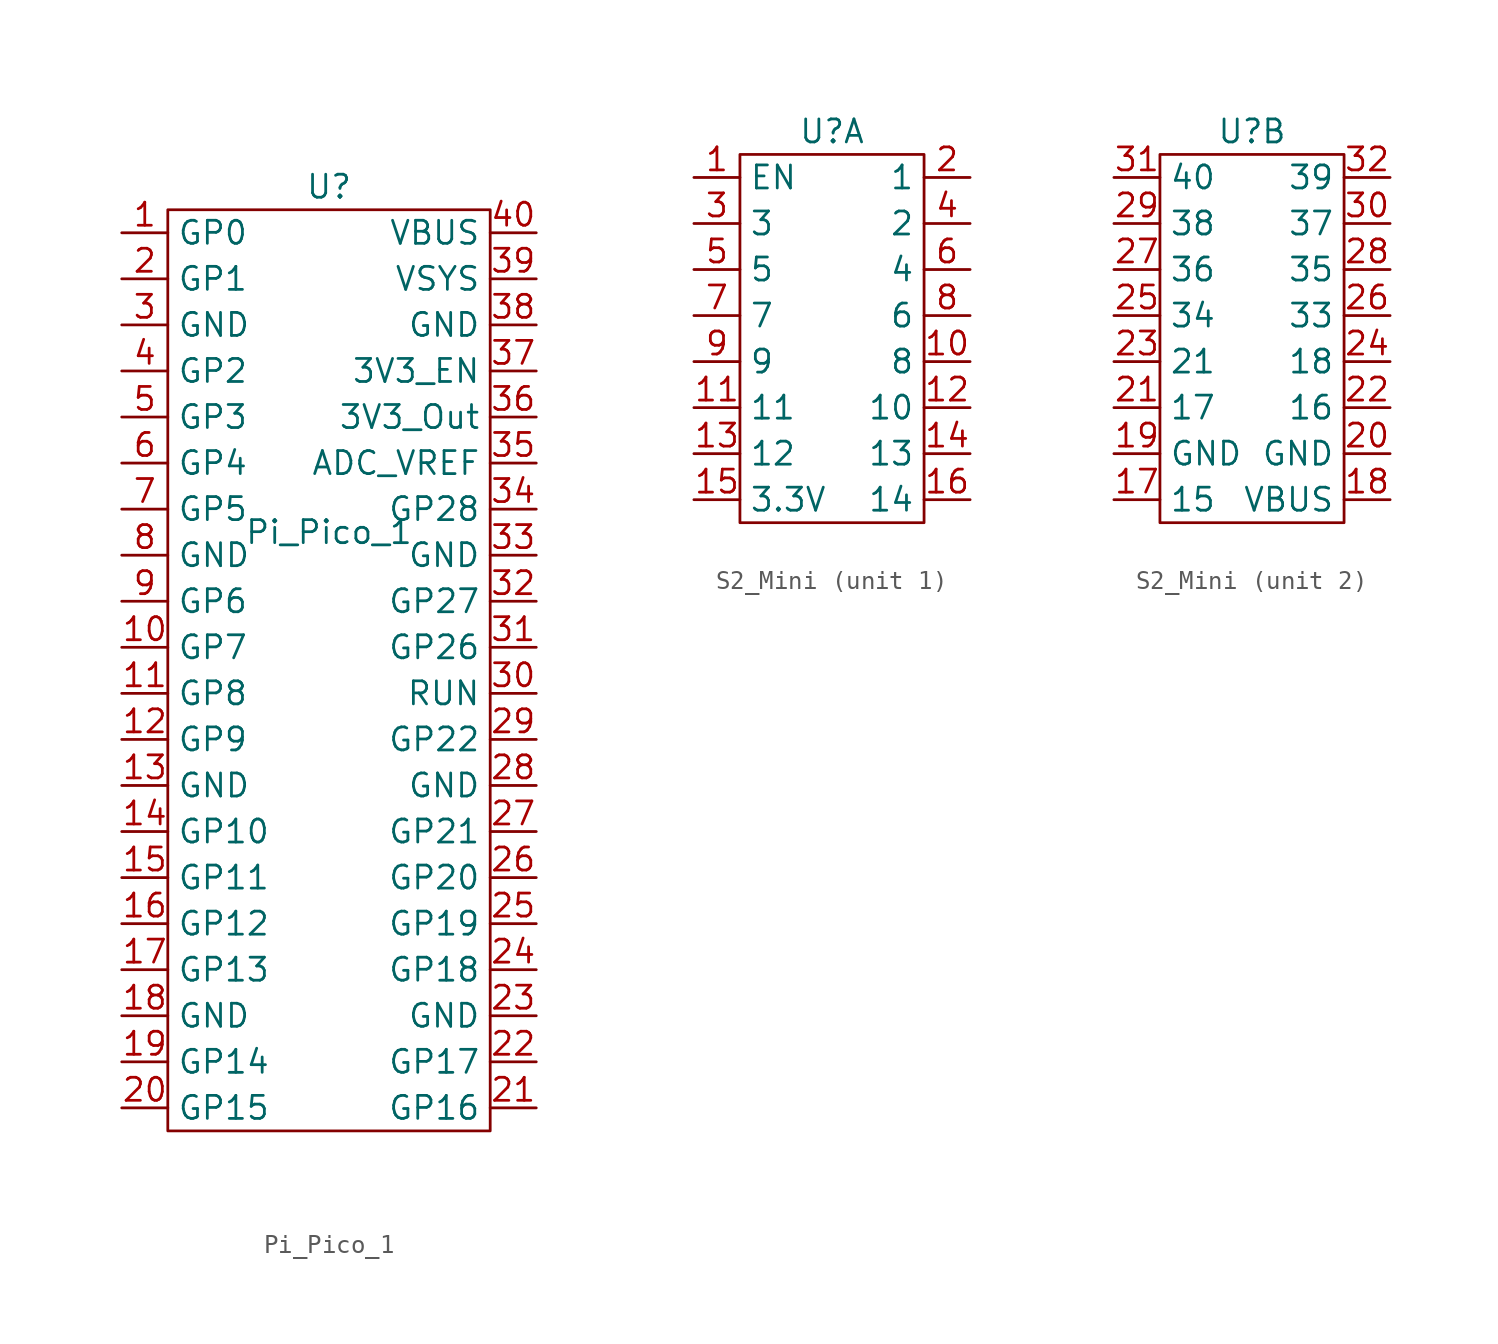
<source format=kicad_sym>
(kicad_symbol_lib
  (version 20220914)
  (generator kicad_symbol_editor)
  (symbol "Pi_Pico_1"
    (property "Reference" "U"
      (at 0 19.05 0)
      (effects (font (size 1.27 1.27))))
    (property "Value" "Pi_Pico_1"
      (at 0 0 0)
      (effects (font (size 1.27 1.27))))
    (symbol "Pi_Pico_1_0_1"
      (rectangle (start -8.89 17.78) (end 8.89 -33.02) (stroke (width 0) (type default)) (fill (type none))))
    (symbol "Pi_Pico_1_1_1"
      (pin bidirectional line (at -11.43 16.51 0) (length 2.54) (name "GP0" (effects (font (size 1.27 1.27)))) (number "1" (effects (font (size 1.27 1.27)))))
      (pin bidirectional line (at -11.43 -6.35 0) (length 2.54) (name "GP7" (effects (font (size 1.27 1.27)))) (number "10" (effects (font (size 1.27 1.27)))))
      (pin bidirectional line (at -11.43 -8.89 0) (length 2.54) (name "GP8" (effects (font (size 1.27 1.27)))) (number "11" (effects (font (size 1.27 1.27)))))
      (pin bidirectional line (at -11.43 -11.43 0) (length 2.54) (name "GP9" (effects (font (size 1.27 1.27)))) (number "12" (effects (font (size 1.27 1.27)))))
      (pin power_in line (at -11.43 -13.97 0) (length 2.54) (name "GND" (effects (font (size 1.27 1.27)))) (number "13" (effects (font (size 1.27 1.27)))))
      (pin bidirectional line (at -11.43 -16.51 0) (length 2.54) (name "GP10" (effects (font (size 1.27 1.27)))) (number "14" (effects (font (size 1.27 1.27)))))
      (pin bidirectional line (at -11.43 -19.05 0) (length 2.54) (name "GP11" (effects (font (size 1.27 1.27)))) (number "15" (effects (font (size 1.27 1.27)))))
      (pin bidirectional line (at -11.43 -21.59 0) (length 2.54) (name "GP12" (effects (font (size 1.27 1.27)))) (number "16" (effects (font (size 1.27 1.27)))))
      (pin bidirectional line (at -11.43 -24.13 0) (length 2.54) (name "GP13" (effects (font (size 1.27 1.27)))) (number "17" (effects (font (size 1.27 1.27)))))
      (pin power_in line (at -11.43 -26.67 0) (length 2.54) (name "GND" (effects (font (size 1.27 1.27)))) (number "18" (effects (font (size 1.27 1.27)))))
      (pin bidirectional line (at -11.43 -29.21 0) (length 2.54) (name "GP14" (effects (font (size 1.27 1.27)))) (number "19" (effects (font (size 1.27 1.27)))))
      (pin bidirectional line (at -11.43 13.97 0) (length 2.54) (name "GP1" (effects (font (size 1.27 1.27)))) (number "2" (effects (font (size 1.27 1.27)))))
      (pin bidirectional line (at -11.43 -31.75 0) (length 2.54) (name "GP15" (effects (font (size 1.27 1.27)))) (number "20" (effects (font (size 1.27 1.27)))))
      (pin bidirectional line (at 11.43 -31.75 180) (length 2.54) (name "GP16" (effects (font (size 1.27 1.27)))) (number "21" (effects (font (size 1.27 1.27)))))
      (pin bidirectional line (at 11.43 -29.21 180) (length 2.54) (name "GP17" (effects (font (size 1.27 1.27)))) (number "22" (effects (font (size 1.27 1.27)))))
      (pin power_in line (at 11.43 -26.67 180) (length 2.54) (name "GND" (effects (font (size 1.27 1.27)))) (number "23" (effects (font (size 1.27 1.27)))))
      (pin bidirectional line (at 11.43 -24.13 180) (length 2.54) (name "GP18" (effects (font (size 1.27 1.27)))) (number "24" (effects (font (size 1.27 1.27)))))
      (pin bidirectional line (at 11.43 -21.59 180) (length 2.54) (name "GP19" (effects (font (size 1.27 1.27)))) (number "25" (effects (font (size 1.27 1.27)))))
      (pin bidirectional line (at 11.43 -19.05 180) (length 2.54) (name "GP20" (effects (font (size 1.27 1.27)))) (number "26" (effects (font (size 1.27 1.27)))))
      (pin bidirectional line (at 11.43 -16.51 180) (length 2.54) (name "GP21" (effects (font (size 1.27 1.27)))) (number "27" (effects (font (size 1.27 1.27)))))
      (pin power_in line (at 11.43 -13.97 180) (length 2.54) (name "GND" (effects (font (size 1.27 1.27)))) (number "28" (effects (font (size 1.27 1.27)))))
      (pin bidirectional line (at 11.43 -11.43 180) (length 2.54) (name "GP22" (effects (font (size 1.27 1.27)))) (number "29" (effects (font (size 1.27 1.27)))))
      (pin power_in line (at -11.43 11.43 0) (length 2.54) (name "GND" (effects (font (size 1.27 1.27)))) (number "3" (effects (font (size 1.27 1.27)))))
      (pin input line (at 11.43 -8.89 180) (length 2.54) (name "RUN" (effects (font (size 1.27 1.27)))) (number "30" (effects (font (size 1.27 1.27)))))
      (pin bidirectional line (at 11.43 -6.35 180) (length 2.54) (name "GP26" (effects (font (size 1.27 1.27)))) (number "31" (effects (font (size 1.27 1.27)))))
      (pin bidirectional line (at 11.43 -3.81 180) (length 2.54) (name "GP27" (effects (font (size 1.27 1.27)))) (number "32" (effects (font (size 1.27 1.27)))))
      (pin power_in line (at 11.43 -1.27 180) (length 2.54) (name "GND" (effects (font (size 1.27 1.27)))) (number "33" (effects (font (size 1.27 1.27)))))
      (pin bidirectional line (at 11.43 1.27 180) (length 2.54) (name "GP28" (effects (font (size 1.27 1.27)))) (number "34" (effects (font (size 1.27 1.27)))))
      (pin bidirectional line (at 11.43 3.81 180) (length 2.54) (name "ADC_VREF" (effects (font (size 1.27 1.27)))) (number "35" (effects (font (size 1.27 1.27)))))
      (pin power_out line (at 11.43 6.35 180) (length 2.54) (name "3V3_Out" (effects (font (size 1.27 1.27)))) (number "36" (effects (font (size 1.27 1.27)))))
      (pin input line (at 11.43 8.89 180) (length 2.54) (name "3V3_EN" (effects (font (size 1.27 1.27)))) (number "37" (effects (font (size 1.27 1.27)))))
      (pin power_in line (at 11.43 11.43 180) (length 2.54) (name "GND" (effects (font (size 1.27 1.27)))) (number "38" (effects (font (size 1.27 1.27)))))
      (pin power_in line (at 11.43 13.97 180) (length 2.54) (name "VSYS" (effects (font (size 1.27 1.27)))) (number "39" (effects (font (size 1.27 1.27)))))
      (pin bidirectional line (at -11.43 8.89 0) (length 2.54) (name "GP2" (effects (font (size 1.27 1.27)))) (number "4" (effects (font (size 1.27 1.27)))))
      (pin power_in line (at 11.43 16.51 180) (length 2.54) (name "VBUS" (effects (font (size 1.27 1.27)))) (number "40" (effects (font (size 1.27 1.27)))))
      (pin bidirectional line (at -11.43 6.35 0) (length 2.54) (name "GP3" (effects (font (size 1.27 1.27)))) (number "5" (effects (font (size 1.27 1.27)))))
      (pin bidirectional line (at -11.43 3.81 0) (length 2.54) (name "GP4" (effects (font (size 1.27 1.27)))) (number "6" (effects (font (size 1.27 1.27)))))
      (pin bidirectional line (at -11.43 1.27 0) (length 2.54) (name "GP5" (effects (font (size 1.27 1.27)))) (number "7" (effects (font (size 1.27 1.27)))))
      (pin power_in line (at -11.43 -1.27 0) (length 2.54) (name "GND" (effects (font (size 1.27 1.27)))) (number "8" (effects (font (size 1.27 1.27)))))
      (pin bidirectional line (at -11.43 -3.81 0) (length 2.54) (name "GP6" (effects (font (size 1.27 1.27)))) (number "9" (effects (font (size 1.27 1.27)))))))
  (symbol "S2_Mini"
    (property "Reference" "U"
      (at 0 7.62 0)
      (effects (font (size 1.27 1.27))))
    (property "Value" ""
      (at 0 0 0)
      (effects (font (size 1.27 1.27))))
    (property "ki_locked" ""
      (at 0 0 0)
      (effects (font (size 1.27 1.27))))
    (symbol "S2_Mini_1_1"
      (rectangle (start -5.08 6.35) (end 5.08 -13.97) (stroke (width 0) (type default)) (fill (type none)))
      (pin input line (at -7.62 5.08 0) (length 2.54) (name "EN" (effects (font (size 1.27 1.27)))) (number "1" (effects (font (size 1.27 1.27)))))
      (pin bidirectional line (at 7.62 -5.08 180) (length 2.54) (name "8" (effects (font (size 1.27 1.27)))) (number "10" (effects (font (size 1.27 1.27)))))
      (pin bidirectional line (at -7.62 -7.62 0) (length 2.54) (name "11" (effects (font (size 1.27 1.27)))) (number "11" (effects (font (size 1.27 1.27)))))
      (pin bidirectional line (at 7.62 -7.62 180) (length 2.54) (name "10" (effects (font (size 1.27 1.27)))) (number "12" (effects (font (size 1.27 1.27)))))
      (pin bidirectional line (at -7.62 -10.16 0) (length 2.54) (name "12" (effects (font (size 1.27 1.27)))) (number "13" (effects (font (size 1.27 1.27)))))
      (pin bidirectional line (at 7.62 -10.16 180) (length 2.54) (name "13" (effects (font (size 1.27 1.27)))) (number "14" (effects (font (size 1.27 1.27)))))
      (pin power_out line (at -7.62 -12.7 0) (length 2.54) (name "3.3V" (effects (font (size 1.27 1.27)))) (number "15" (effects (font (size 1.27 1.27)))))
      (pin bidirectional line (at 7.62 -12.7 180) (length 2.54) (name "14" (effects (font (size 1.27 1.27)))) (number "16" (effects (font (size 1.27 1.27)))))
      (pin bidirectional line (at 7.62 5.08 180) (length 2.54) (name "1" (effects (font (size 1.27 1.27)))) (number "2" (effects (font (size 1.27 1.27)))))
      (pin bidirectional line (at -7.62 2.54 0) (length 2.54) (name "3" (effects (font (size 1.27 1.27)))) (number "3" (effects (font (size 1.27 1.27)))))
      (pin bidirectional line (at 7.62 2.54 180) (length 2.54) (name "2" (effects (font (size 1.27 1.27)))) (number "4" (effects (font (size 1.27 1.27)))))
      (pin bidirectional line (at -7.62 0 0) (length 2.54) (name "5" (effects (font (size 1.27 1.27)))) (number "5" (effects (font (size 1.27 1.27)))))
      (pin bidirectional line (at 7.62 0 180) (length 2.54) (name "4" (effects (font (size 1.27 1.27)))) (number "6" (effects (font (size 1.27 1.27)))))
      (pin bidirectional line (at -7.62 -2.54 0) (length 2.54) (name "7" (effects (font (size 1.27 1.27)))) (number "7" (effects (font (size 1.27 1.27)))))
      (pin bidirectional line (at 7.62 -2.54 180) (length 2.54) (name "6" (effects (font (size 1.27 1.27)))) (number "8" (effects (font (size 1.27 1.27)))))
      (pin bidirectional line (at -7.62 -5.08 0) (length 2.54) (name "9" (effects (font (size 1.27 1.27)))) (number "9" (effects (font (size 1.27 1.27))))))
    (symbol "S2_Mini_2_1"
      (rectangle (start -5.08 6.35) (end 5.08 -13.97) (stroke (width 0) (type default)) (fill (type none)))
      (pin bidirectional line (at -7.62 -12.7 0) (length 2.54) (name "15" (effects (font (size 1.27 1.27)))) (number "17" (effects (font (size 1.27 1.27)))))
      (pin power_in line (at 7.62 -12.7 180) (length 2.54) (name "VBUS" (effects (font (size 1.27 1.27)))) (number "18" (effects (font (size 1.27 1.27)))))
      (pin power_in line (at -7.62 -10.16 0) (length 2.54) (name "GND" (effects (font (size 1.27 1.27)))) (number "19" (effects (font (size 1.27 1.27)))))
      (pin power_in line (at 7.62 -10.16 180) (length 2.54) (name "GND" (effects (font (size 1.27 1.27)))) (number "20" (effects (font (size 1.27 1.27)))))
      (pin bidirectional line (at -7.62 -7.62 0) (length 2.54) (name "17" (effects (font (size 1.27 1.27)))) (number "21" (effects (font (size 1.27 1.27)))))
      (pin bidirectional line (at 7.62 -7.62 180) (length 2.54) (name "16" (effects (font (size 1.27 1.27)))) (number "22" (effects (font (size 1.27 1.27)))))
      (pin bidirectional line (at -7.62 -5.08 0) (length 2.54) (name "21" (effects (font (size 1.27 1.27)))) (number "23" (effects (font (size 1.27 1.27)))))
      (pin bidirectional line (at 7.62 -5.08 180) (length 2.54) (name "18" (effects (font (size 1.27 1.27)))) (number "24" (effects (font (size 1.27 1.27)))))
      (pin bidirectional line (at -7.62 -2.54 0) (length 2.54) (name "34" (effects (font (size 1.27 1.27)))) (number "25" (effects (font (size 1.27 1.27)))))
      (pin bidirectional line (at 7.62 -2.54 180) (length 2.54) (name "33" (effects (font (size 1.27 1.27)))) (number "26" (effects (font (size 1.27 1.27)))))
      (pin bidirectional line (at -7.62 0 0) (length 2.54) (name "36" (effects (font (size 1.27 1.27)))) (number "27" (effects (font (size 1.27 1.27)))))
      (pin bidirectional line (at 7.62 0 180) (length 2.54) (name "35" (effects (font (size 1.27 1.27)))) (number "28" (effects (font (size 1.27 1.27)))))
      (pin bidirectional line (at -7.62 2.54 0) (length 2.54) (name "38" (effects (font (size 1.27 1.27)))) (number "29" (effects (font (size 1.27 1.27)))))
      (pin bidirectional line (at 7.62 2.54 180) (length 2.54) (name "37" (effects (font (size 1.27 1.27)))) (number "30" (effects (font (size 1.27 1.27)))))
      (pin bidirectional line (at -7.62 5.08 0) (length 2.54) (name "40" (effects (font (size 1.27 1.27)))) (number "31" (effects (font (size 1.27 1.27)))))
      (pin bidirectional line (at 7.62 5.08 180) (length 2.54) (name "39" (effects (font (size 1.27 1.27)))) (number "32" (effects (font (size 1.27 1.27))))))))
</source>
